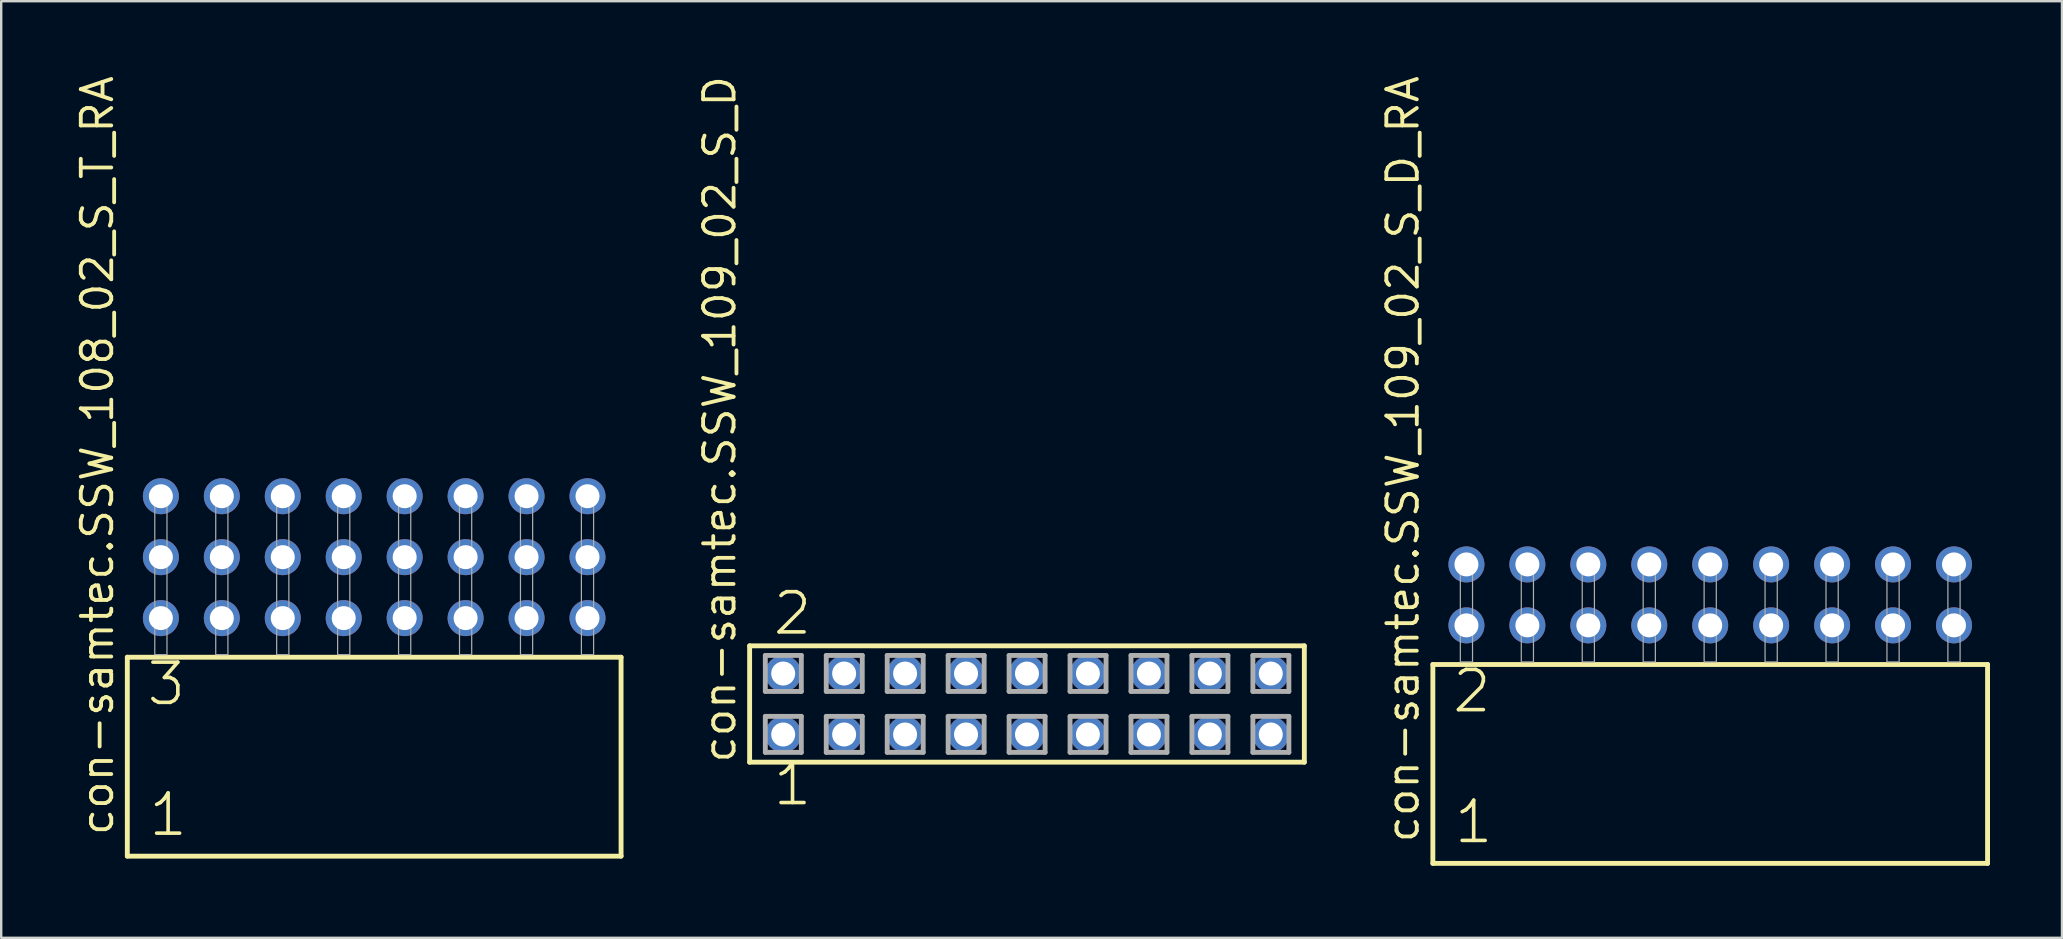
<source format=kicad_pcb>
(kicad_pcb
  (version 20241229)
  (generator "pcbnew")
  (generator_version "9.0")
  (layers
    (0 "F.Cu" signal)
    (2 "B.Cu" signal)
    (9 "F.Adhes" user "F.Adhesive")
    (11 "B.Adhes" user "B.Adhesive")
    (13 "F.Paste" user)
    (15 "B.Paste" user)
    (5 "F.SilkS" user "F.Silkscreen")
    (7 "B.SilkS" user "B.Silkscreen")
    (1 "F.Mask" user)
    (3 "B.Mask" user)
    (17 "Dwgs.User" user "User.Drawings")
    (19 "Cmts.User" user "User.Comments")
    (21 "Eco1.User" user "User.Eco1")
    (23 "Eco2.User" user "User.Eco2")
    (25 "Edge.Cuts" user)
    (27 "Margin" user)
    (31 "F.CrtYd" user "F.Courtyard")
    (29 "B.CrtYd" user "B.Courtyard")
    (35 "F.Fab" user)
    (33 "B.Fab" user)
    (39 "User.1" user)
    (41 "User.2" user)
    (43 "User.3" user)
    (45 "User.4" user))
  (footprint "con-samtec.SSW_109_02_S_D"
    (layer "F.Cu")
    (at 39.751 26.291)
    (property "Reference" "con-samtec.SSW_109_02_S_D" (at -12.065 2.54 90) (layer "F.SilkS") (effects (font (size 1.27 1.27) (thickness 0.16)) (justify left bottom)))
    (attr through_hole)
    (fp_line (start -11.559 -2.425) (end 11.559 -2.425) (stroke (width 0.203) (type default)) (layer "F.SilkS"))
    (fp_line (start -11.559 2.425) (end -11.559 -2.425) (stroke (width 0.203) (type default)) (layer "F.SilkS"))
    (fp_line (start 11.559 -2.425) (end 11.559 2.425) (stroke (width 0.203) (type default)) (layer "F.SilkS"))
    (fp_line (start 11.559 2.425) (end -11.559 2.425) (stroke (width 0.203) (type default)) (layer "F.SilkS"))
    (fp_line (start -10.905 -2.025) (end -9.405 -2.025) (stroke (width 0.203) (type default)) (layer "F.Fab"))
    (fp_line (start -10.905 -0.525) (end -10.905 -2.025) (stroke (width 0.203) (type default)) (layer "F.Fab"))
    (fp_line (start -10.905 0.515) (end -9.405 0.515) (stroke (width 0.203) (type default)) (layer "F.Fab"))
    (fp_line (start -10.905 2.015) (end -10.905 0.515) (stroke (width 0.203) (type default)) (layer "F.Fab"))
    (fp_line (start -9.405 -2.025) (end -9.405 -0.525) (stroke (width 0.203) (type default)) (layer "F.Fab"))
    (fp_line (start -9.405 -0.525) (end -10.905 -0.525) (stroke (width 0.203) (type default)) (layer "F.Fab"))
    (fp_line (start -9.405 0.515) (end -9.405 2.015) (stroke (width 0.203) (type default)) (layer "F.Fab"))
    (fp_line (start -9.405 2.015) (end -10.905 2.015) (stroke (width 0.203) (type default)) (layer "F.Fab"))
    (fp_line (start -8.365 -2.025) (end -6.865 -2.025) (stroke (width 0.203) (type default)) (layer "F.Fab"))
    (fp_line (start -8.365 -0.525) (end -8.365 -2.025) (stroke (width 0.203) (type default)) (layer "F.Fab"))
    (fp_line (start -8.365 0.515) (end -6.865 0.515) (stroke (width 0.203) (type default)) (layer "F.Fab"))
    (fp_line (start -8.365 2.015) (end -8.365 0.515) (stroke (width 0.203) (type default)) (layer "F.Fab"))
    (fp_line (start -6.865 -2.025) (end -6.865 -0.525) (stroke (width 0.203) (type default)) (layer "F.Fab"))
    (fp_line (start -6.865 -0.525) (end -8.365 -0.525) (stroke (width 0.203) (type default)) (layer "F.Fab"))
    (fp_line (start -6.865 0.515) (end -6.865 2.015) (stroke (width 0.203) (type default)) (layer "F.Fab"))
    (fp_line (start -6.865 2.015) (end -8.365 2.015) (stroke (width 0.203) (type default)) (layer "F.Fab"))
    (fp_line (start -5.825 -2.025) (end -4.325 -2.025) (stroke (width 0.203) (type default)) (layer "F.Fab"))
    (fp_line (start -5.825 -0.525) (end -5.825 -2.025) (stroke (width 0.203) (type default)) (layer "F.Fab"))
    (fp_line (start -5.825 0.515) (end -4.325 0.515) (stroke (width 0.203) (type default)) (layer "F.Fab"))
    (fp_line (start -5.825 2.015) (end -5.825 0.515) (stroke (width 0.203) (type default)) (layer "F.Fab"))
    (fp_line (start -4.325 -2.025) (end -4.325 -0.525) (stroke (width 0.203) (type default)) (layer "F.Fab"))
    (fp_line (start -4.325 -0.525) (end -5.825 -0.525) (stroke (width 0.203) (type default)) (layer "F.Fab"))
    (fp_line (start -4.325 0.515) (end -4.325 2.015) (stroke (width 0.203) (type default)) (layer "F.Fab"))
    (fp_line (start -4.325 2.015) (end -5.825 2.015) (stroke (width 0.203) (type default)) (layer "F.Fab"))
    (fp_line (start -3.285 -2.025) (end -1.785 -2.025) (stroke (width 0.203) (type default)) (layer "F.Fab"))
    (fp_line (start -3.285 -0.525) (end -3.285 -2.025) (stroke (width 0.203) (type default)) (layer "F.Fab"))
    (fp_line (start -3.285 0.515) (end -1.785 0.515) (stroke (width 0.203) (type default)) (layer "F.Fab"))
    (fp_line (start -3.285 2.015) (end -3.285 0.515) (stroke (width 0.203) (type default)) (layer "F.Fab"))
    (fp_line (start -1.785 -2.025) (end -1.785 -0.525) (stroke (width 0.203) (type default)) (layer "F.Fab"))
    (fp_line (start -1.785 -0.525) (end -3.285 -0.525) (stroke (width 0.203) (type default)) (layer "F.Fab"))
    (fp_line (start -1.785 0.515) (end -1.785 2.015) (stroke (width 0.203) (type default)) (layer "F.Fab"))
    (fp_line (start -1.785 2.015) (end -3.285 2.015) (stroke (width 0.203) (type default)) (layer "F.Fab"))
    (fp_line (start -0.745 -2.025) (end 0.755 -2.025) (stroke (width 0.203) (type default)) (layer "F.Fab"))
    (fp_line (start -0.745 -0.525) (end -0.745 -2.025) (stroke (width 0.203) (type default)) (layer "F.Fab"))
    (fp_line (start -0.745 0.515) (end 0.755 0.515) (stroke (width 0.203) (type default)) (layer "F.Fab"))
    (fp_line (start -0.745 2.015) (end -0.745 0.515) (stroke (width 0.203) (type default)) (layer "F.Fab"))
    (fp_line (start 0.755 -2.025) (end 0.755 -0.525) (stroke (width 0.203) (type default)) (layer "F.Fab"))
    (fp_line (start 0.755 -0.525) (end -0.745 -0.525) (stroke (width 0.203) (type default)) (layer "F.Fab"))
    (fp_line (start 0.755 0.515) (end 0.755 2.015) (stroke (width 0.203) (type default)) (layer "F.Fab"))
    (fp_line (start 0.755 2.015) (end -0.745 2.015) (stroke (width 0.203) (type default)) (layer "F.Fab"))
    (fp_line (start 1.795 -2.025) (end 3.295 -2.025) (stroke (width 0.203) (type default)) (layer "F.Fab"))
    (fp_line (start 1.795 -0.525) (end 1.795 -2.025) (stroke (width 0.203) (type default)) (layer "F.Fab"))
    (fp_line (start 1.795 0.515) (end 3.295 0.515) (stroke (width 0.203) (type default)) (layer "F.Fab"))
    (fp_line (start 1.795 2.015) (end 1.795 0.515) (stroke (width 0.203) (type default)) (layer "F.Fab"))
    (fp_line (start 3.295 -2.025) (end 3.295 -0.525) (stroke (width 0.203) (type default)) (layer "F.Fab"))
    (fp_line (start 3.295 -0.525) (end 1.795 -0.525) (stroke (width 0.203) (type default)) (layer "F.Fab"))
    (fp_line (start 3.295 0.515) (end 3.295 2.015) (stroke (width 0.203) (type default)) (layer "F.Fab"))
    (fp_line (start 3.295 2.015) (end 1.795 2.015) (stroke (width 0.203) (type default)) (layer "F.Fab"))
    (fp_line (start 4.335 -2.025) (end 5.835 -2.025) (stroke (width 0.203) (type default)) (layer "F.Fab"))
    (fp_line (start 4.335 -0.525) (end 4.335 -2.025) (stroke (width 0.203) (type default)) (layer "F.Fab"))
    (fp_line (start 4.335 0.515) (end 5.835 0.515) (stroke (width 0.203) (type default)) (layer "F.Fab"))
    (fp_line (start 4.335 2.015) (end 4.335 0.515) (stroke (width 0.203) (type default)) (layer "F.Fab"))
    (fp_line (start 5.835 -2.025) (end 5.835 -0.525) (stroke (width 0.203) (type default)) (layer "F.Fab"))
    (fp_line (start 5.835 -0.525) (end 4.335 -0.525) (stroke (width 0.203) (type default)) (layer "F.Fab"))
    (fp_line (start 5.835 0.515) (end 5.835 2.015) (stroke (width 0.203) (type default)) (layer "F.Fab"))
    (fp_line (start 5.835 2.015) (end 4.335 2.015) (stroke (width 0.203) (type default)) (layer "F.Fab"))
    (fp_line (start 6.875 -2.025) (end 8.375 -2.025) (stroke (width 0.203) (type default)) (layer "F.Fab"))
    (fp_line (start 6.875 -0.525) (end 6.875 -2.025) (stroke (width 0.203) (type default)) (layer "F.Fab"))
    (fp_line (start 6.875 0.515) (end 8.375 0.515) (stroke (width 0.203) (type default)) (layer "F.Fab"))
    (fp_line (start 6.875 2.015) (end 6.875 0.515) (stroke (width 0.203) (type default)) (layer "F.Fab"))
    (fp_line (start 8.375 -2.025) (end 8.375 -0.525) (stroke (width 0.203) (type default)) (layer "F.Fab"))
    (fp_line (start 8.375 -0.525) (end 6.875 -0.525) (stroke (width 0.203) (type default)) (layer "F.Fab"))
    (fp_line (start 8.375 0.515) (end 8.375 2.015) (stroke (width 0.203) (type default)) (layer "F.Fab"))
    (fp_line (start 8.375 2.015) (end 6.875 2.015) (stroke (width 0.203) (type default)) (layer "F.Fab"))
    (fp_line (start 9.415 -2.025) (end 10.915 -2.025) (stroke (width 0.203) (type default)) (layer "F.Fab"))
    (fp_line (start 9.415 -0.525) (end 9.415 -2.025) (stroke (width 0.203) (type default)) (layer "F.Fab"))
    (fp_line (start 9.415 0.515) (end 10.915 0.515) (stroke (width 0.203) (type default)) (layer "F.Fab"))
    (fp_line (start 9.415 2.015) (end 9.415 0.515) (stroke (width 0.203) (type default)) (layer "F.Fab"))
    (fp_line (start 10.915 -2.025) (end 10.915 -0.525) (stroke (width 0.203) (type default)) (layer "F.Fab"))
    (fp_line (start 10.915 -0.525) (end 9.415 -0.525) (stroke (width 0.203) (type default)) (layer "F.Fab"))
    (fp_line (start 10.915 0.515) (end 10.915 2.015) (stroke (width 0.203) (type default)) (layer "F.Fab"))
    (fp_line (start 10.915 2.015) (end 9.415 2.015) (stroke (width 0.203) (type default)) (layer "F.Fab"))
    (fp_text user "1" (at -10.668 4.318 0) (layer "F.SilkS") (effects (font (size 1.676 1.676) (thickness 0.15)) (justify left bottom)))
    (fp_text user "2" (at -10.668 -2.794 0) (layer "F.SilkS") (effects (font (size 1.676 1.676) (thickness 0.15)) (justify left bottom)))
    (pad "1" thru_hole circle (at -10.16 1.27) (size 1.5 1.5) (drill 1) (layers "*.Cu" "*.Mask"))
    (pad "2" thru_hole circle (at -10.16 -1.27) (size 1.5 1.5) (drill 1) (layers "*.Cu" "*.Mask"))
    (pad "3" thru_hole circle (at -7.62 1.27) (size 1.5 1.5) (drill 1) (layers "*.Cu" "*.Mask"))
    (pad "4" thru_hole circle (at -7.62 -1.27) (size 1.5 1.5) (drill 1) (layers "*.Cu" "*.Mask"))
    (pad "5" thru_hole circle (at -5.08 1.27) (size 1.5 1.5) (drill 1) (layers "*.Cu" "*.Mask"))
    (pad "6" thru_hole circle (at -5.08 -1.27) (size 1.5 1.5) (drill 1) (layers "*.Cu" "*.Mask"))
    (pad "7" thru_hole circle (at -2.54 1.27) (size 1.5 1.5) (drill 1) (layers "*.Cu" "*.Mask"))
    (pad "8" thru_hole circle (at -2.54 -1.27) (size 1.5 1.5) (drill 1) (layers "*.Cu" "*.Mask"))
    (pad "9" thru_hole circle (at 0 1.27) (size 1.5 1.5) (drill 1) (layers "*.Cu" "*.Mask"))
    (pad "10" thru_hole circle (at 0 -1.27) (size 1.5 1.5) (drill 1) (layers "*.Cu" "*.Mask"))
    (pad "11" thru_hole circle (at 2.54 1.27) (size 1.5 1.5) (drill 1) (layers "*.Cu" "*.Mask"))
    (pad "12" thru_hole circle (at 2.54 -1.27) (size 1.5 1.5) (drill 1) (layers "*.Cu" "*.Mask"))
    (pad "13" thru_hole circle (at 5.08 1.27) (size 1.5 1.5) (drill 1) (layers "*.Cu" "*.Mask"))
    (pad "14" thru_hole circle (at 5.08 -1.27) (size 1.5 1.5) (drill 1) (layers "*.Cu" "*.Mask"))
    (pad "15" thru_hole circle (at 7.62 1.27) (size 1.5 1.5) (drill 1) (layers "*.Cu" "*.Mask"))
    (pad "16" thru_hole circle (at 7.62 -1.27) (size 1.5 1.5) (drill 1) (layers "*.Cu" "*.Mask"))
    (pad "17" thru_hole circle (at 10.16 1.27) (size 1.5 1.5) (drill 1) (layers "*.Cu" "*.Mask"))
    (pad "18" thru_hole circle (at 10.16 -1.27) (size 1.5 1.5) (drill 1) (layers "*.Cu" "*.Mask")))
  (footprint "con-samtec.SSW_108_02_S_T_RA"
    (layer "F.Cu")
    (at 12.545 24.235)
    (property "Reference" "con-samtec.SSW_108_02_S_T_RA" (at -10.795 7.62 90) (layer "F.SilkS") (effects (font (size 1.27 1.27) (thickness 0.16)) (justify left bottom)))
    (attr through_hole)
    (fp_line (start -10.289 0.106) (end -10.289 8.396) (stroke (width 0.203) (type default)) (layer "F.SilkS"))
    (fp_line (start -10.289 8.396) (end 10.289 8.396) (stroke (width 0.203) (type default)) (layer "F.SilkS"))
    (fp_line (start 10.289 0.106) (end -10.289 0.106) (stroke (width 0.203) (type default)) (layer "F.SilkS"))
    (fp_line (start 10.289 8.396) (end 10.289 0.106) (stroke (width 0.203) (type default)) (layer "F.SilkS"))
    (fp_rect (start -9.144 0) (end -8.636 -6.858) (stroke (width 0.05) (type default)) (fill no) (layer "F.Fab"))
    (fp_rect (start -6.604 0) (end -6.096 -6.858) (stroke (width 0.05) (type default)) (fill no) (layer "F.Fab"))
    (fp_rect (start -4.064 0) (end -3.556 -6.858) (stroke (width 0.05) (type default)) (fill no) (layer "F.Fab"))
    (fp_rect (start -1.524 0) (end -1.016 -6.858) (stroke (width 0.05) (type default)) (fill no) (layer "F.Fab"))
    (fp_rect (start 1.016 0) (end 1.524 -6.858) (stroke (width 0.05) (type default)) (fill no) (layer "F.Fab"))
    (fp_rect (start 3.556 0) (end 4.064 -6.858) (stroke (width 0.05) (type default)) (fill no) (layer "F.Fab"))
    (fp_rect (start 6.096 0) (end 6.604 -6.858) (stroke (width 0.05) (type default)) (fill no) (layer "F.Fab"))
    (fp_rect (start 8.636 0) (end 9.144 -6.858) (stroke (width 0.05) (type default)) (fill no) (layer "F.Fab"))
    (fp_text user "3" (at -9.56 2.2 0) (layer "F.SilkS") (effects (font (size 1.676 1.676) (thickness 0.15)) (justify left bottom)))
    (fp_text user "1" (at -9.485 7.65 0) (layer "F.SilkS") (effects (font (size 1.676 1.676) (thickness 0.15)) (justify left bottom)))
    (pad "1" thru_hole circle (at -8.89 -1.524) (size 1.5 1.5) (drill 1) (layers "*.Cu" "*.Mask"))
    (pad "2" thru_hole circle (at -8.89 -4.064) (size 1.5 1.5) (drill 1) (layers "*.Cu" "*.Mask"))
    (pad "3" thru_hole circle (at -8.89 -6.604) (size 1.5 1.5) (drill 1) (layers "*.Cu" "*.Mask"))
    (pad "4" thru_hole circle (at -6.35 -1.524) (size 1.5 1.5) (drill 1) (layers "*.Cu" "*.Mask"))
    (pad "5" thru_hole circle (at -6.35 -4.064) (size 1.5 1.5) (drill 1) (layers "*.Cu" "*.Mask"))
    (pad "6" thru_hole circle (at -6.35 -6.604) (size 1.5 1.5) (drill 1) (layers "*.Cu" "*.Mask"))
    (pad "7" thru_hole circle (at -3.81 -1.524) (size 1.5 1.5) (drill 1) (layers "*.Cu" "*.Mask"))
    (pad "8" thru_hole circle (at -3.81 -4.064) (size 1.5 1.5) (drill 1) (layers "*.Cu" "*.Mask"))
    (pad "9" thru_hole circle (at -3.81 -6.604) (size 1.5 1.5) (drill 1) (layers "*.Cu" "*.Mask"))
    (pad "10" thru_hole circle (at -1.27 -1.524) (size 1.5 1.5) (drill 1) (layers "*.Cu" "*.Mask"))
    (pad "11" thru_hole circle (at -1.27 -4.064) (size 1.5 1.5) (drill 1) (layers "*.Cu" "*.Mask"))
    (pad "12" thru_hole circle (at -1.27 -6.604) (size 1.5 1.5) (drill 1) (layers "*.Cu" "*.Mask"))
    (pad "13" thru_hole circle (at 1.27 -1.524) (size 1.5 1.5) (drill 1) (layers "*.Cu" "*.Mask"))
    (pad "14" thru_hole circle (at 1.27 -4.064) (size 1.5 1.5) (drill 1) (layers "*.Cu" "*.Mask"))
    (pad "15" thru_hole circle (at 1.27 -6.604) (size 1.5 1.5) (drill 1) (layers "*.Cu" "*.Mask"))
    (pad "16" thru_hole circle (at 3.81 -1.524) (size 1.5 1.5) (drill 1) (layers "*.Cu" "*.Mask"))
    (pad "17" thru_hole circle (at 3.81 -4.064) (size 1.5 1.5) (drill 1) (layers "*.Cu" "*.Mask"))
    (pad "18" thru_hole circle (at 3.81 -6.604) (size 1.5 1.5) (drill 1) (layers "*.Cu" "*.Mask"))
    (pad "19" thru_hole circle (at 6.35 -1.524) (size 1.5 1.5) (drill 1) (layers "*.Cu" "*.Mask"))
    (pad "20" thru_hole circle (at 6.35 -4.064) (size 1.5 1.5) (drill 1) (layers "*.Cu" "*.Mask"))
    (pad "21" thru_hole circle (at 6.35 -6.604) (size 1.5 1.5) (drill 1) (layers "*.Cu" "*.Mask"))
    (pad "22" thru_hole circle (at 8.89 -1.524) (size 1.5 1.5) (drill 1) (layers "*.Cu" "*.Mask"))
    (pad "23" thru_hole circle (at 8.89 -4.064) (size 1.5 1.5) (drill 1) (layers "*.Cu" "*.Mask"))
    (pad "24" thru_hole circle (at 8.89 -6.604) (size 1.5 1.5) (drill 1) (layers "*.Cu" "*.Mask")))
  (footprint "con-samtec.SSW_109_02_S_D_RA"
    (layer "F.Cu")
    (at 68.226 24.537)
    (property "Reference" "con-samtec.SSW_109_02_S_D_RA" (at -12.065 7.62 90) (layer "F.SilkS") (effects (font (size 1.27 1.27) (thickness 0.16)) (justify left bottom)))
    (attr through_hole)
    (fp_line (start -11.559 0.106) (end -11.559 8.396) (stroke (width 0.203) (type default)) (layer "F.SilkS"))
    (fp_line (start -11.559 8.396) (end 11.559 8.396) (stroke (width 0.203) (type default)) (layer "F.SilkS"))
    (fp_line (start 11.559 0.106) (end -11.559 0.106) (stroke (width 0.203) (type default)) (layer "F.SilkS"))
    (fp_line (start 11.559 8.396) (end 11.559 0.106) (stroke (width 0.203) (type default)) (layer "F.SilkS"))
    (fp_rect (start -10.414 0) (end -9.906 -4.318) (stroke (width 0.05) (type default)) (fill no) (layer "F.Fab"))
    (fp_rect (start -7.874 0) (end -7.366 -4.318) (stroke (width 0.05) (type default)) (fill no) (layer "F.Fab"))
    (fp_rect (start -5.334 0) (end -4.826 -4.318) (stroke (width 0.05) (type default)) (fill no) (layer "F.Fab"))
    (fp_rect (start -2.794 0) (end -2.286 -4.318) (stroke (width 0.05) (type default)) (fill no) (layer "F.Fab"))
    (fp_rect (start -0.254 0) (end 0.254 -4.318) (stroke (width 0.05) (type default)) (fill no) (layer "F.Fab"))
    (fp_rect (start 2.286 0) (end 2.794 -4.318) (stroke (width 0.05) (type default)) (fill no) (layer "F.Fab"))
    (fp_rect (start 4.826 0) (end 5.334 -4.318) (stroke (width 0.05) (type default)) (fill no) (layer "F.Fab"))
    (fp_rect (start 7.366 0) (end 7.874 -4.318) (stroke (width 0.05) (type default)) (fill no) (layer "F.Fab"))
    (fp_rect (start 9.906 0) (end 10.414 -4.318) (stroke (width 0.05) (type default)) (fill no) (layer "F.Fab"))
    (fp_text user "2" (at -10.83 2.2 0) (layer "F.SilkS") (effects (font (size 1.676 1.676) (thickness 0.15)) (justify left bottom)))
    (fp_text user "1" (at -10.755 7.65 0) (layer "F.SilkS") (effects (font (size 1.676 1.676) (thickness 0.15)) (justify left bottom)))
    (pad "1" thru_hole circle (at -10.16 -1.524) (size 1.5 1.5) (drill 1) (layers "*.Cu" "*.Mask"))
    (pad "2" thru_hole circle (at -10.16 -4.064) (size 1.5 1.5) (drill 1) (layers "*.Cu" "*.Mask"))
    (pad "3" thru_hole circle (at -7.62 -1.524) (size 1.5 1.5) (drill 1) (layers "*.Cu" "*.Mask"))
    (pad "4" thru_hole circle (at -7.62 -4.064) (size 1.5 1.5) (drill 1) (layers "*.Cu" "*.Mask"))
    (pad "5" thru_hole circle (at -5.08 -1.524) (size 1.5 1.5) (drill 1) (layers "*.Cu" "*.Mask"))
    (pad "6" thru_hole circle (at -5.08 -4.064) (size 1.5 1.5) (drill 1) (layers "*.Cu" "*.Mask"))
    (pad "7" thru_hole circle (at -2.54 -1.524) (size 1.5 1.5) (drill 1) (layers "*.Cu" "*.Mask"))
    (pad "8" thru_hole circle (at -2.54 -4.064) (size 1.5 1.5) (drill 1) (layers "*.Cu" "*.Mask"))
    (pad "9" thru_hole circle (at 0 -1.524) (size 1.5 1.5) (drill 1) (layers "*.Cu" "*.Mask"))
    (pad "10" thru_hole circle (at 0 -4.064) (size 1.5 1.5) (drill 1) (layers "*.Cu" "*.Mask"))
    (pad "11" thru_hole circle (at 2.54 -1.524) (size 1.5 1.5) (drill 1) (layers "*.Cu" "*.Mask"))
    (pad "12" thru_hole circle (at 2.54 -4.064) (size 1.5 1.5) (drill 1) (layers "*.Cu" "*.Mask"))
    (pad "13" thru_hole circle (at 5.08 -1.524) (size 1.5 1.5) (drill 1) (layers "*.Cu" "*.Mask"))
    (pad "14" thru_hole circle (at 5.08 -4.064) (size 1.5 1.5) (drill 1) (layers "*.Cu" "*.Mask"))
    (pad "15" thru_hole circle (at 7.62 -1.524) (size 1.5 1.5) (drill 1) (layers "*.Cu" "*.Mask"))
    (pad "16" thru_hole circle (at 7.62 -4.064) (size 1.5 1.5) (drill 1) (layers "*.Cu" "*.Mask"))
    (pad "17" thru_hole circle (at 10.16 -1.524) (size 1.5 1.5) (drill 1) (layers "*.Cu" "*.Mask"))
    (pad "18" thru_hole circle (at 10.16 -4.064) (size 1.5 1.5) (drill 1) (layers "*.Cu" "*.Mask")))
  (gr_rect
    (start -3 -3)
    (end 82.887 36.035)
    (stroke (width 0.1) (type default))
    (fill no)
    (layer "Edge.Cuts")))
</source>
